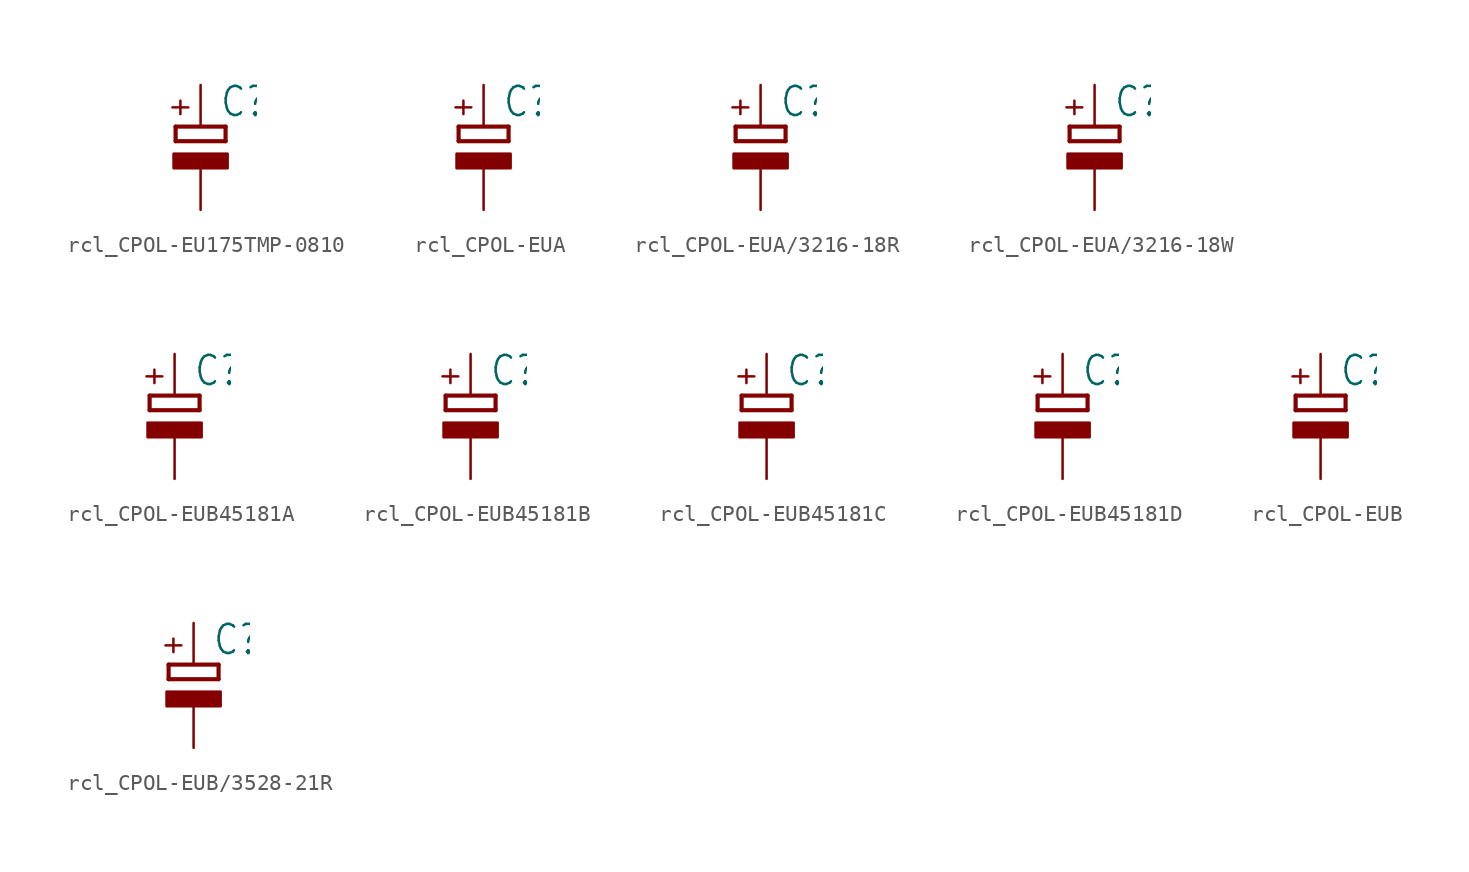
<source format=kicad_sym>
(kicad_symbol_lib
  (version 20241209)
  (generator "kicad_symbol_editor")
  (generator_version "9.0")
  (symbol "rcl_CPOL-EU175TMP-0810"
    (property "Reference" "C"
      (at 1.143 0.483 0)
      (effects (font (size 1.778 1.511)) (justify left bottom)))
    (property "Value" ""
      (at 1.143 -4.597 0)
      (effects (font (size 1.778 1.511)) (justify left bottom)))
    (property "ki_locked" ""
      (at 0 0 0)
      (effects (font (size 1.27 1.27))))
    (symbol "rcl_CPOL-EU175TMP-0810_1_0"
      (rectangle (start -1.651 -2.54) (end 1.651 -1.651) (stroke (width 0) (type default)) (fill (type outline)))
      (polyline (pts (xy -1.524 0) (xy -1.524 -0.889)) (stroke (width 0.254) (type solid)) (fill (type none)))
      (polyline (pts (xy -1.524 0) (xy 1.524 0)) (stroke (width 0.254) (type solid)) (fill (type none)))
      (polyline (pts (xy -1.524 -0.889) (xy 1.524 -0.889)) (stroke (width 0.254) (type solid)) (fill (type none)))
      (polyline (pts (xy 1.524 -0.889) (xy 1.524 0)) (stroke (width 0.254) (type solid)) (fill (type none)))
      (text "+" (at -0.584 0.406 900) (effects (font (size 1.27 1.079)) (justify left bottom)))
      (pin passive line (at 0 2.54 270) (length 2.54) (name "+" (effects (font (size 0 0)))) (number "+" (effects (font (size 0 0)))))
      (pin passive line (at 0 -5.08 90) (length 2.54) (name "-" (effects (font (size 0 0)))) (number "-" (effects (font (size 0 0)))))))
  (symbol "rcl_CPOL-EUA"
    (property "Reference" "C"
      (at 1.143 0.483 0)
      (effects (font (size 1.778 1.511)) (justify left bottom)))
    (property "Value" ""
      (at 1.143 -4.597 0)
      (effects (font (size 1.778 1.511)) (justify left bottom)))
    (property "ki_locked" ""
      (at 0 0 0)
      (effects (font (size 1.27 1.27))))
    (symbol "rcl_CPOL-EUA_1_0"
      (rectangle (start -1.651 -2.54) (end 1.651 -1.651) (stroke (width 0) (type default)) (fill (type outline)))
      (polyline (pts (xy -1.524 0) (xy -1.524 -0.889)) (stroke (width 0.254) (type solid)) (fill (type none)))
      (polyline (pts (xy -1.524 0) (xy 1.524 0)) (stroke (width 0.254) (type solid)) (fill (type none)))
      (polyline (pts (xy -1.524 -0.889) (xy 1.524 -0.889)) (stroke (width 0.254) (type solid)) (fill (type none)))
      (polyline (pts (xy 1.524 -0.889) (xy 1.524 0)) (stroke (width 0.254) (type solid)) (fill (type none)))
      (text "+" (at -0.584 0.406 900) (effects (font (size 1.27 1.079)) (justify left bottom)))
      (pin passive line (at 0 2.54 270) (length 2.54) (name "+" (effects (font (size 0 0)))) (number "+" (effects (font (size 0 0)))))
      (pin passive line (at 0 -5.08 90) (length 2.54) (name "-" (effects (font (size 0 0)))) (number "-" (effects (font (size 0 0)))))))
  (symbol "rcl_CPOL-EUA/3216-18R"
    (property "Reference" "C"
      (at 1.143 0.483 0)
      (effects (font (size 1.778 1.511)) (justify left bottom)))
    (property "Value" ""
      (at 1.143 -4.597 0)
      (effects (font (size 1.778 1.511)) (justify left bottom)))
    (property "ki_locked" ""
      (at 0 0 0)
      (effects (font (size 1.27 1.27))))
    (symbol "rcl_CPOL-EUA/3216-18R_1_0"
      (rectangle (start -1.651 -2.54) (end 1.651 -1.651) (stroke (width 0) (type default)) (fill (type outline)))
      (polyline (pts (xy -1.524 0) (xy -1.524 -0.889)) (stroke (width 0.254) (type solid)) (fill (type none)))
      (polyline (pts (xy -1.524 0) (xy 1.524 0)) (stroke (width 0.254) (type solid)) (fill (type none)))
      (polyline (pts (xy -1.524 -0.889) (xy 1.524 -0.889)) (stroke (width 0.254) (type solid)) (fill (type none)))
      (polyline (pts (xy 1.524 -0.889) (xy 1.524 0)) (stroke (width 0.254) (type solid)) (fill (type none)))
      (text "+" (at -0.584 0.406 900) (effects (font (size 1.27 1.079)) (justify left bottom)))
      (pin passive line (at 0 2.54 270) (length 2.54) (name "+" (effects (font (size 0 0)))) (number "+" (effects (font (size 0 0)))))
      (pin passive line (at 0 -5.08 90) (length 2.54) (name "-" (effects (font (size 0 0)))) (number "-" (effects (font (size 0 0)))))))
  (symbol "rcl_CPOL-EUA/3216-18W"
    (property "Reference" "C"
      (at 1.143 0.483 0)
      (effects (font (size 1.778 1.511)) (justify left bottom)))
    (property "Value" ""
      (at 1.143 -4.597 0)
      (effects (font (size 1.778 1.511)) (justify left bottom)))
    (property "ki_locked" ""
      (at 0 0 0)
      (effects (font (size 1.27 1.27))))
    (symbol "rcl_CPOL-EUA/3216-18W_1_0"
      (rectangle (start -1.651 -2.54) (end 1.651 -1.651) (stroke (width 0) (type default)) (fill (type outline)))
      (polyline (pts (xy -1.524 0) (xy -1.524 -0.889)) (stroke (width 0.254) (type solid)) (fill (type none)))
      (polyline (pts (xy -1.524 0) (xy 1.524 0)) (stroke (width 0.254) (type solid)) (fill (type none)))
      (polyline (pts (xy -1.524 -0.889) (xy 1.524 -0.889)) (stroke (width 0.254) (type solid)) (fill (type none)))
      (polyline (pts (xy 1.524 -0.889) (xy 1.524 0)) (stroke (width 0.254) (type solid)) (fill (type none)))
      (text "+" (at -0.584 0.406 900) (effects (font (size 1.27 1.079)) (justify left bottom)))
      (pin passive line (at 0 2.54 270) (length 2.54) (name "+" (effects (font (size 0 0)))) (number "+" (effects (font (size 0 0)))))
      (pin passive line (at 0 -5.08 90) (length 2.54) (name "-" (effects (font (size 0 0)))) (number "-" (effects (font (size 0 0)))))))
  (symbol "rcl_CPOL-EUB45181A"
    (property "Reference" "C"
      (at 1.143 0.483 0)
      (effects (font (size 1.778 1.511)) (justify left bottom)))
    (property "Value" ""
      (at 1.143 -4.597 0)
      (effects (font (size 1.778 1.511)) (justify left bottom)))
    (property "ki_locked" ""
      (at 0 0 0)
      (effects (font (size 1.27 1.27))))
    (symbol "rcl_CPOL-EUB45181A_1_0"
      (rectangle (start -1.651 -2.54) (end 1.651 -1.651) (stroke (width 0) (type default)) (fill (type outline)))
      (polyline (pts (xy -1.524 0) (xy -1.524 -0.889)) (stroke (width 0.254) (type solid)) (fill (type none)))
      (polyline (pts (xy -1.524 0) (xy 1.524 0)) (stroke (width 0.254) (type solid)) (fill (type none)))
      (polyline (pts (xy -1.524 -0.889) (xy 1.524 -0.889)) (stroke (width 0.254) (type solid)) (fill (type none)))
      (polyline (pts (xy 1.524 -0.889) (xy 1.524 0)) (stroke (width 0.254) (type solid)) (fill (type none)))
      (text "+" (at -0.584 0.406 900) (effects (font (size 1.27 1.079)) (justify left bottom)))
      (pin passive line (at 0 2.54 270) (length 2.54) (name "+" (effects (font (size 0 0)))) (number "+" (effects (font (size 0 0)))))
      (pin passive line (at 0 -5.08 90) (length 2.54) (name "-" (effects (font (size 0 0)))) (number "-" (effects (font (size 0 0)))))))
  (symbol "rcl_CPOL-EUB45181B"
    (property "Reference" "C"
      (at 1.143 0.483 0)
      (effects (font (size 1.778 1.511)) (justify left bottom)))
    (property "Value" ""
      (at 1.143 -4.597 0)
      (effects (font (size 1.778 1.511)) (justify left bottom)))
    (property "ki_locked" ""
      (at 0 0 0)
      (effects (font (size 1.27 1.27))))
    (symbol "rcl_CPOL-EUB45181B_1_0"
      (rectangle (start -1.651 -2.54) (end 1.651 -1.651) (stroke (width 0) (type default)) (fill (type outline)))
      (polyline (pts (xy -1.524 0) (xy -1.524 -0.889)) (stroke (width 0.254) (type solid)) (fill (type none)))
      (polyline (pts (xy -1.524 0) (xy 1.524 0)) (stroke (width 0.254) (type solid)) (fill (type none)))
      (polyline (pts (xy -1.524 -0.889) (xy 1.524 -0.889)) (stroke (width 0.254) (type solid)) (fill (type none)))
      (polyline (pts (xy 1.524 -0.889) (xy 1.524 0)) (stroke (width 0.254) (type solid)) (fill (type none)))
      (text "+" (at -0.584 0.406 900) (effects (font (size 1.27 1.079)) (justify left bottom)))
      (pin passive line (at 0 2.54 270) (length 2.54) (name "+" (effects (font (size 0 0)))) (number "+" (effects (font (size 0 0)))))
      (pin passive line (at 0 -5.08 90) (length 2.54) (name "-" (effects (font (size 0 0)))) (number "-" (effects (font (size 0 0)))))))
  (symbol "rcl_CPOL-EUB45181C"
    (property "Reference" "C"
      (at 1.143 0.483 0)
      (effects (font (size 1.778 1.511)) (justify left bottom)))
    (property "Value" ""
      (at 1.143 -4.597 0)
      (effects (font (size 1.778 1.511)) (justify left bottom)))
    (property "ki_locked" ""
      (at 0 0 0)
      (effects (font (size 1.27 1.27))))
    (symbol "rcl_CPOL-EUB45181C_1_0"
      (rectangle (start -1.651 -2.54) (end 1.651 -1.651) (stroke (width 0) (type default)) (fill (type outline)))
      (polyline (pts (xy -1.524 0) (xy -1.524 -0.889)) (stroke (width 0.254) (type solid)) (fill (type none)))
      (polyline (pts (xy -1.524 0) (xy 1.524 0)) (stroke (width 0.254) (type solid)) (fill (type none)))
      (polyline (pts (xy -1.524 -0.889) (xy 1.524 -0.889)) (stroke (width 0.254) (type solid)) (fill (type none)))
      (polyline (pts (xy 1.524 -0.889) (xy 1.524 0)) (stroke (width 0.254) (type solid)) (fill (type none)))
      (text "+" (at -0.584 0.406 900) (effects (font (size 1.27 1.079)) (justify left bottom)))
      (pin passive line (at 0 2.54 270) (length 2.54) (name "+" (effects (font (size 0 0)))) (number "+" (effects (font (size 0 0)))))
      (pin passive line (at 0 -5.08 90) (length 2.54) (name "-" (effects (font (size 0 0)))) (number "-" (effects (font (size 0 0)))))))
  (symbol "rcl_CPOL-EUB45181D"
    (property "Reference" "C"
      (at 1.143 0.483 0)
      (effects (font (size 1.778 1.511)) (justify left bottom)))
    (property "Value" ""
      (at 1.143 -4.597 0)
      (effects (font (size 1.778 1.511)) (justify left bottom)))
    (property "ki_locked" ""
      (at 0 0 0)
      (effects (font (size 1.27 1.27))))
    (symbol "rcl_CPOL-EUB45181D_1_0"
      (rectangle (start -1.651 -2.54) (end 1.651 -1.651) (stroke (width 0) (type default)) (fill (type outline)))
      (polyline (pts (xy -1.524 0) (xy -1.524 -0.889)) (stroke (width 0.254) (type solid)) (fill (type none)))
      (polyline (pts (xy -1.524 0) (xy 1.524 0)) (stroke (width 0.254) (type solid)) (fill (type none)))
      (polyline (pts (xy -1.524 -0.889) (xy 1.524 -0.889)) (stroke (width 0.254) (type solid)) (fill (type none)))
      (polyline (pts (xy 1.524 -0.889) (xy 1.524 0)) (stroke (width 0.254) (type solid)) (fill (type none)))
      (text "+" (at -0.584 0.406 900) (effects (font (size 1.27 1.079)) (justify left bottom)))
      (pin passive line (at 0 2.54 270) (length 2.54) (name "+" (effects (font (size 0 0)))) (number "+" (effects (font (size 0 0)))))
      (pin passive line (at 0 -5.08 90) (length 2.54) (name "-" (effects (font (size 0 0)))) (number "-" (effects (font (size 0 0)))))))
  (symbol "rcl_CPOL-EUB"
    (property "Reference" "C"
      (at 1.143 0.483 0)
      (effects (font (size 1.778 1.511)) (justify left bottom)))
    (property "Value" ""
      (at 1.143 -4.597 0)
      (effects (font (size 1.778 1.511)) (justify left bottom)))
    (property "ki_locked" ""
      (at 0 0 0)
      (effects (font (size 1.27 1.27))))
    (symbol "rcl_CPOL-EUB_1_0"
      (rectangle (start -1.651 -2.54) (end 1.651 -1.651) (stroke (width 0) (type default)) (fill (type outline)))
      (polyline (pts (xy -1.524 0) (xy -1.524 -0.889)) (stroke (width 0.254) (type solid)) (fill (type none)))
      (polyline (pts (xy -1.524 0) (xy 1.524 0)) (stroke (width 0.254) (type solid)) (fill (type none)))
      (polyline (pts (xy -1.524 -0.889) (xy 1.524 -0.889)) (stroke (width 0.254) (type solid)) (fill (type none)))
      (polyline (pts (xy 1.524 -0.889) (xy 1.524 0)) (stroke (width 0.254) (type solid)) (fill (type none)))
      (text "+" (at -0.584 0.406 900) (effects (font (size 1.27 1.079)) (justify left bottom)))
      (pin passive line (at 0 2.54 270) (length 2.54) (name "+" (effects (font (size 0 0)))) (number "+" (effects (font (size 0 0)))))
      (pin passive line (at 0 -5.08 90) (length 2.54) (name "-" (effects (font (size 0 0)))) (number "-" (effects (font (size 0 0)))))))
  (symbol "rcl_CPOL-EUB/3528-21R"
    (property "Reference" "C"
      (at 1.143 0.483 0)
      (effects (font (size 1.778 1.511)) (justify left bottom)))
    (property "Value" ""
      (at 1.143 -4.597 0)
      (effects (font (size 1.778 1.511)) (justify left bottom)))
    (property "ki_locked" ""
      (at 0 0 0)
      (effects (font (size 1.27 1.27))))
    (symbol "rcl_CPOL-EUB/3528-21R_1_0"
      (rectangle (start -1.651 -2.54) (end 1.651 -1.651) (stroke (width 0) (type default)) (fill (type outline)))
      (polyline (pts (xy -1.524 0) (xy -1.524 -0.889)) (stroke (width 0.254) (type solid)) (fill (type none)))
      (polyline (pts (xy -1.524 0) (xy 1.524 0)) (stroke (width 0.254) (type solid)) (fill (type none)))
      (polyline (pts (xy -1.524 -0.889) (xy 1.524 -0.889)) (stroke (width 0.254) (type solid)) (fill (type none)))
      (polyline (pts (xy 1.524 -0.889) (xy 1.524 0)) (stroke (width 0.254) (type solid)) (fill (type none)))
      (text "+" (at -0.584 0.406 900) (effects (font (size 1.27 1.079)) (justify left bottom)))
      (pin passive line (at 0 2.54 270) (length 2.54) (name "+" (effects (font (size 0 0)))) (number "+" (effects (font (size 0 0)))))
      (pin passive line (at 0 -5.08 90) (length 2.54) (name "-" (effects (font (size 0 0)))) (number "-" (effects (font (size 0 0))))))))
</source>
